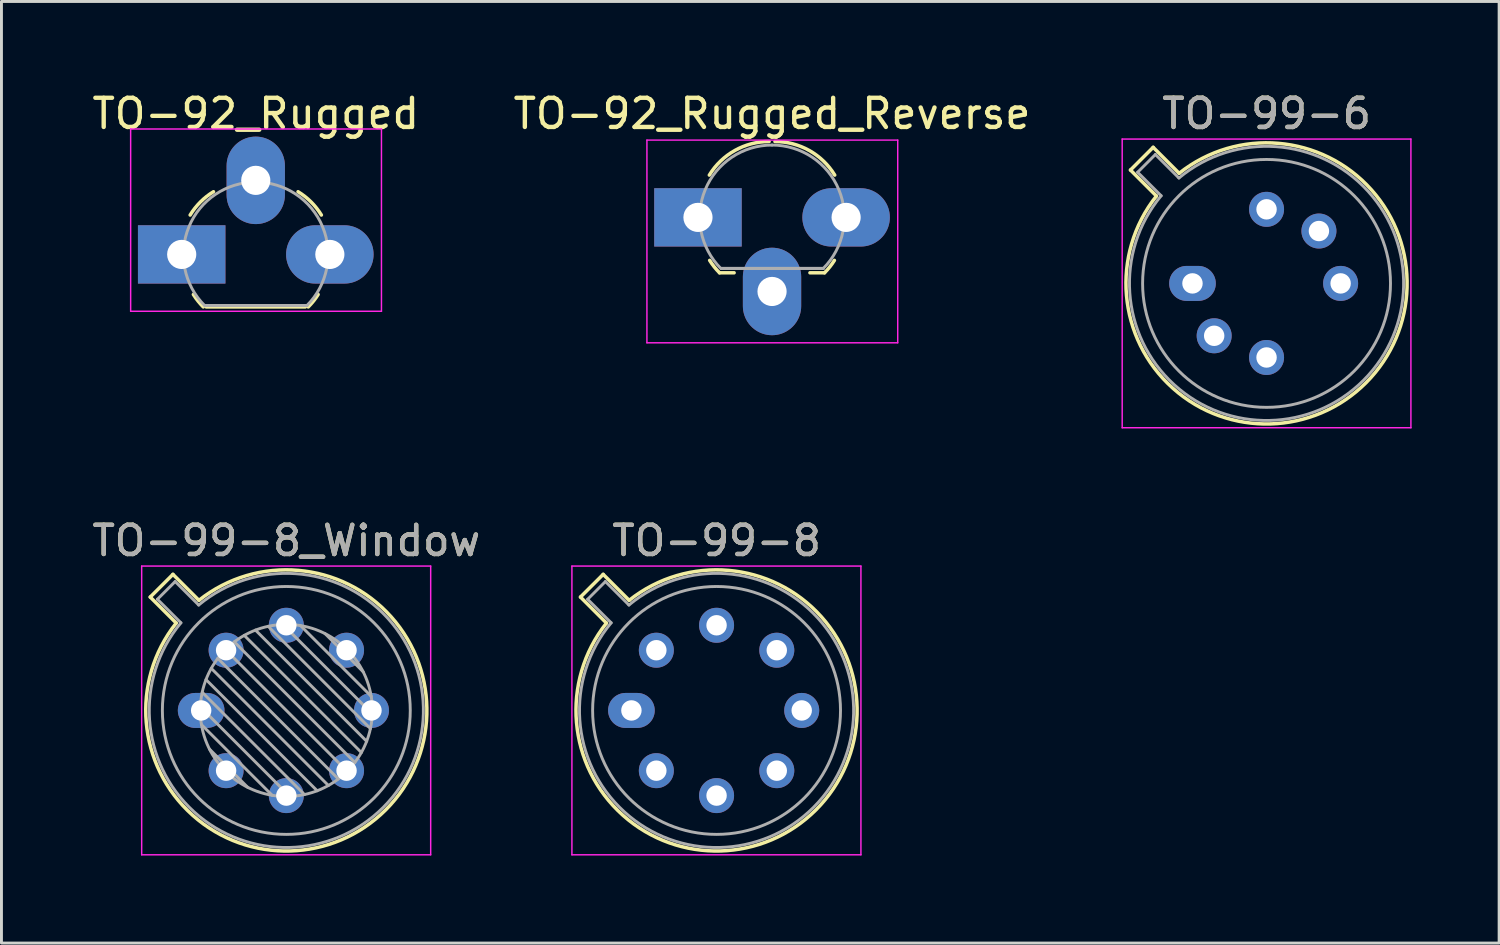
<source format=kicad_pcb>
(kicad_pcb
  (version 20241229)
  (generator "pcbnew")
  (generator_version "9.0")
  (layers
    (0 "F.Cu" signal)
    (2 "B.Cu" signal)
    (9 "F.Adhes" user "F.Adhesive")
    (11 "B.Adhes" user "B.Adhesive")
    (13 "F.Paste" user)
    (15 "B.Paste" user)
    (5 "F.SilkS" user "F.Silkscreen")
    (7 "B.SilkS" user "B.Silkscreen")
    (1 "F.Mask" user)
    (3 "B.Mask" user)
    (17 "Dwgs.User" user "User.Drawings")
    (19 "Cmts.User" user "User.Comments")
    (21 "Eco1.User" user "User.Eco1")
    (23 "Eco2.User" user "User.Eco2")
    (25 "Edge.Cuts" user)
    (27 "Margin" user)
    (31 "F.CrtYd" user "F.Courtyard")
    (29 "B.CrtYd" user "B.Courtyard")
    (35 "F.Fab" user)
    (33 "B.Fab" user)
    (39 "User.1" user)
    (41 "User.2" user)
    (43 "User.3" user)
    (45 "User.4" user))
  (footprint "TO-99-8_Window"
    (layer "F.Cu")
    (at 3.848 21.311)
    (property "Reference" "TO-99-8_Window" (at 2.92 -5.82 0) (layer "F.SilkS") (effects (font (size 1 1) (thickness 0.15))))
    (attr through_hole)
    (fp_line (start -1.746 -3.888) (end -0.855 -2.997) (stroke (width 0.12) (type solid)) (layer "F.SilkS"))
    (fp_line (start -0.968 -4.666) (end -1.746 -3.888) (stroke (width 0.12) (type solid)) (layer "F.SilkS"))
    (fp_line (start -0.077 -3.775) (end -0.968 -4.666) (stroke (width 0.12) (type solid)) (layer "F.SilkS"))
    (fp_arc (start -0.077084 -3.774902) (mid 6.328125 3.408384) (end -0.854674 -2.997371) (stroke (width 0.12) (type solid)) (layer "F.SilkS"))
    (fp_line (start -2.04 -4.95) (end -2.04 4.95) (stroke (width 0.05) (type solid)) (layer "F.CrtYd"))
    (fp_line (start -2.04 4.95) (end 7.87 4.95) (stroke (width 0.05) (type solid)) (layer "F.CrtYd"))
    (fp_line (start 7.87 -4.95) (end -2.04 -4.95) (stroke (width 0.05) (type solid)) (layer "F.CrtYd"))
    (fp_line (start 7.87 4.95) (end 7.87 -4.95) (stroke (width 0.05) (type solid)) (layer "F.CrtYd"))
    (fp_line (start -1.5 -3.812) (end -0.694 -3.005) (stroke (width 0.1) (type solid)) (layer "F.Fab"))
    (fp_line (start -0.892 -4.42) (end -1.5 -3.812) (stroke (width 0.1) (type solid)) (layer "F.Fab"))
    (fp_line (start -0.085 -3.614) (end -0.892 -4.42) (stroke (width 0.1) (type solid)) (layer "F.Fab"))
    (fp_line (start -0.028 -0.12) (end 3.04 2.948) (stroke (width 0.1) (type solid)) (layer "F.Fab"))
    (fp_line (start 0.009 0.485) (end 2.435 2.911) (stroke (width 0.1) (type solid)) (layer "F.Fab"))
    (fp_line (start 0.036 -0.622) (end 3.542 2.884) (stroke (width 0.1) (type solid)) (layer "F.Fab"))
    (fp_line (start 0.165 -1.058) (end 3.978 2.755) (stroke (width 0.1) (type solid)) (layer "F.Fab"))
    (fp_line (start 0.283 1.324) (end 1.596 2.637) (stroke (width 0.1) (type solid)) (layer "F.Fab"))
    (fp_line (start 0.346 -1.443) (end 4.363 2.574) (stroke (width 0.1) (type solid)) (layer "F.Fab"))
    (fp_line (start 0.57 -1.784) (end 4.704 2.35) (stroke (width 0.1) (type solid)) (layer "F.Fab"))
    (fp_line (start 0.834 -2.086) (end 5.006 2.086) (stroke (width 0.1) (type solid)) (layer "F.Fab"))
    (fp_line (start 1.136 -2.35) (end 5.27 1.784) (stroke (width 0.1) (type solid)) (layer "F.Fab"))
    (fp_line (start 1.477 -2.574) (end 5.494 1.443) (stroke (width 0.1) (type solid)) (layer "F.Fab"))
    (fp_line (start 1.862 -2.755) (end 5.675 1.058) (stroke (width 0.1) (type solid)) (layer "F.Fab"))
    (fp_line (start 2.298 -2.884) (end 5.804 0.622) (stroke (width 0.1) (type solid)) (layer "F.Fab"))
    (fp_line (start 2.8 -2.948) (end 5.868 0.12) (stroke (width 0.1) (type solid)) (layer "F.Fab"))
    (fp_line (start 3.405 -2.911) (end 5.831 -0.485) (stroke (width 0.1) (type solid)) (layer "F.Fab"))
    (fp_line (start 4.244 -2.637) (end 5.557 -1.324) (stroke (width 0.1) (type solid)) (layer "F.Fab"))
    (fp_arc (start -0.085408 -3.61352) (mid 6.243443 3.323361) (end -0.693594 -3.005319) (stroke (width 0.1) (type solid)) (layer "F.Fab"))
    (fp_circle (center 2.92 0) (end 5.87 0) (stroke (width 0.1) (type solid)) (fill no) (layer "F.Fab"))
    (fp_circle (center 2.92 0) (end 7.17 0) (stroke (width 0.1) (type solid)) (fill no) (layer "F.Fab"))
    (fp_text user "${REFERENCE}" (at 2.92 -5.82 0) (layer "F.Fab") (effects (font (size 1 1) (thickness 0.15))))
    (pad "1" thru_hole oval (at 0 0) (size 1.6 1.2) (drill 0.7) (layers "*.Cu" "*.Mask"))
    (pad "2" thru_hole oval (at 0.855 2.065) (size 1.2 1.2) (drill 0.7) (layers "*.Cu" "*.Mask"))
    (pad "3" thru_hole oval (at 2.92 2.92) (size 1.2 1.2) (drill 0.7) (layers "*.Cu" "*.Mask"))
    (pad "4" thru_hole oval (at 4.985 2.065) (size 1.2 1.2) (drill 0.7) (layers "*.Cu" "*.Mask"))
    (pad "5" thru_hole oval (at 5.84 0) (size 1.2 1.2) (drill 0.7) (layers "*.Cu" "*.Mask"))
    (pad "6" thru_hole oval (at 4.985 -2.065) (size 1.2 1.2) (drill 0.7) (layers "*.Cu" "*.Mask"))
    (pad "7" thru_hole oval (at 2.92 -2.92) (size 1.2 1.2) (drill 0.7) (layers "*.Cu" "*.Mask"))
    (pad "8" thru_hole oval (at 0.855 -2.065) (size 1.2 1.2) (drill 0.7) (layers "*.Cu" "*.Mask")))
  (footprint "TO-99-8"
    (layer "F.Cu")
    (at 18.601 21.311)
    (property "Reference" "TO-99-8" (at 2.92 -5.82 0) (layer "F.SilkS") (effects (font (size 1 1) (thickness 0.15))))
    (attr through_hole)
    (fp_line (start -1.746 -3.888) (end -0.855 -2.997) (stroke (width 0.12) (type solid)) (layer "F.SilkS"))
    (fp_line (start -0.968 -4.666) (end -1.746 -3.888) (stroke (width 0.12) (type solid)) (layer "F.SilkS"))
    (fp_line (start -0.077 -3.775) (end -0.968 -4.666) (stroke (width 0.12) (type solid)) (layer "F.SilkS"))
    (fp_arc (start -0.077084 -3.774902) (mid 6.328125 3.408384) (end -0.854674 -2.997371) (stroke (width 0.12) (type solid)) (layer "F.SilkS"))
    (fp_line (start -2.04 -4.95) (end -2.04 4.95) (stroke (width 0.05) (type solid)) (layer "F.CrtYd"))
    (fp_line (start -2.04 4.95) (end 7.87 4.95) (stroke (width 0.05) (type solid)) (layer "F.CrtYd"))
    (fp_line (start 7.87 -4.95) (end -2.04 -4.95) (stroke (width 0.05) (type solid)) (layer "F.CrtYd"))
    (fp_line (start 7.87 4.95) (end 7.87 -4.95) (stroke (width 0.05) (type solid)) (layer "F.CrtYd"))
    (fp_line (start -1.5 -3.812) (end -0.694 -3.005) (stroke (width 0.1) (type solid)) (layer "F.Fab"))
    (fp_line (start -0.892 -4.42) (end -1.5 -3.812) (stroke (width 0.1) (type solid)) (layer "F.Fab"))
    (fp_line (start -0.085 -3.614) (end -0.892 -4.42) (stroke (width 0.1) (type solid)) (layer "F.Fab"))
    (fp_arc (start -0.085408 -3.61352) (mid 6.243443 3.323361) (end -0.693594 -3.005319) (stroke (width 0.1) (type solid)) (layer "F.Fab"))
    (fp_circle (center 2.92 0) (end 7.17 0) (stroke (width 0.1) (type solid)) (fill no) (layer "F.Fab"))
    (fp_text user "${REFERENCE}" (at 2.92 -5.82 0) (layer "F.Fab") (effects (font (size 1 1) (thickness 0.15))))
    (pad "1" thru_hole oval (at 0 0) (size 1.6 1.2) (drill 0.7) (layers "*.Cu" "*.Mask"))
    (pad "2" thru_hole oval (at 0.855 2.065) (size 1.2 1.2) (drill 0.7) (layers "*.Cu" "*.Mask"))
    (pad "3" thru_hole oval (at 2.92 2.92) (size 1.2 1.2) (drill 0.7) (layers "*.Cu" "*.Mask"))
    (pad "4" thru_hole oval (at 4.985 2.065) (size 1.2 1.2) (drill 0.7) (layers "*.Cu" "*.Mask"))
    (pad "5" thru_hole oval (at 5.84 0) (size 1.2 1.2) (drill 0.7) (layers "*.Cu" "*.Mask"))
    (pad "6" thru_hole oval (at 4.985 -2.065) (size 1.2 1.2) (drill 0.7) (layers "*.Cu" "*.Mask"))
    (pad "7" thru_hole oval (at 2.92 -2.92) (size 1.2 1.2) (drill 0.7) (layers "*.Cu" "*.Mask"))
    (pad "8" thru_hole oval (at 0.855 -2.065) (size 1.2 1.2) (drill 0.7) (layers "*.Cu" "*.Mask")))
  (footprint "TO-99-6"
    (layer "F.Cu")
    (at 37.84 6.668)
    (property "Reference" "TO-99-6" (at 2.54 -5.82 0) (layer "F.SilkS") (effects (font (size 1 1) (thickness 0.15))))
    (attr through_hole)
    (fp_line (start -2.126 -3.888) (end -1.235 -2.997) (stroke (width 0.12) (type solid)) (layer "F.SilkS"))
    (fp_line (start -1.348 -4.666) (end -2.126 -3.888) (stroke (width 0.12) (type solid)) (layer "F.SilkS"))
    (fp_line (start -0.457 -3.775) (end -1.348 -4.666) (stroke (width 0.12) (type solid)) (layer "F.SilkS"))
    (fp_arc (start -0.457084 -3.774902) (mid 5.948125 3.408384) (end -1.234674 -2.997371) (stroke (width 0.12) (type solid)) (layer "F.SilkS"))
    (fp_line (start -2.41 -4.95) (end -2.41 4.95) (stroke (width 0.05) (type solid)) (layer "F.CrtYd"))
    (fp_line (start -2.41 4.95) (end 7.49 4.95) (stroke (width 0.05) (type solid)) (layer "F.CrtYd"))
    (fp_line (start 7.49 -4.95) (end -2.41 -4.95) (stroke (width 0.05) (type solid)) (layer "F.CrtYd"))
    (fp_line (start 7.49 4.95) (end 7.49 -4.95) (stroke (width 0.05) (type solid)) (layer "F.CrtYd"))
    (fp_line (start -1.88 -3.812) (end -1.074 -3.005) (stroke (width 0.1) (type solid)) (layer "F.Fab"))
    (fp_line (start -1.272 -4.42) (end -1.88 -3.812) (stroke (width 0.1) (type solid)) (layer "F.Fab"))
    (fp_line (start -0.465 -3.614) (end -1.272 -4.42) (stroke (width 0.1) (type solid)) (layer "F.Fab"))
    (fp_arc (start -0.465408 -3.61352) (mid 5.863443 3.323361) (end -1.073594 -3.005319) (stroke (width 0.1) (type solid)) (layer "F.Fab"))
    (fp_circle (center 2.54 0) (end 6.79 0) (stroke (width 0.1) (type solid)) (fill no) (layer "F.Fab"))
    (fp_text user "${REFERENCE}" (at 2.54 -5.82 0) (layer "F.Fab") (effects (font (size 1 1) (thickness 0.15))))
    (pad "1" thru_hole oval (at 0 0) (size 1.6 1.2) (drill 0.7) (layers "*.Cu" "*.Mask"))
    (pad "2" thru_hole oval (at 0.744 1.796) (size 1.2 1.2) (drill 0.7) (layers "*.Cu" "*.Mask"))
    (pad "3" thru_hole oval (at 2.54 2.54) (size 1.2 1.2) (drill 0.7) (layers "*.Cu" "*.Mask"))
    (pad "4" thru_hole oval (at 5.08 0) (size 1.2 1.2) (drill 0.7) (layers "*.Cu" "*.Mask"))
    (pad "5" thru_hole oval (at 4.336 -1.796) (size 1.2 1.2) (drill 0.7) (layers "*.Cu" "*.Mask"))
    (pad "6" thru_hole oval (at 2.54 -2.54) (size 1.2 1.2) (drill 0.7) (layers "*.Cu" "*.Mask")))
  (footprint "TO-92_Rugged"
    (layer "F.Cu")
    (at 3.18 5.674)
    (property "Reference" "TO-92_Rugged" (at 2.54 -4.826 0) (layer "F.SilkS") (effects (font (size 1 1) (thickness 0.15))))
    (attr through_hole)
    (fp_line (start 0.84 1.8) (end 4.24 1.8) (stroke (width 0.12) (type solid)) (layer "F.SilkS"))
    (fp_arc (start 0.29 -1.35) (mid 0.642207 -1.797793) (end 1.09 -2.15) (stroke (width 0.12) (type solid)) (layer "F.SilkS"))
    (fp_arc (start 0.74 1.8) (mid 0.558552 1.596715) (end 0.401273 1.374203) (stroke (width 0.12) (type solid)) (layer "F.SilkS"))
    (fp_arc (start 3.99 -2.15) (mid 4.437793 -1.797793) (end 4.79 -1.35) (stroke (width 0.12) (type solid)) (layer "F.SilkS"))
    (fp_arc (start 4.678727 1.374203) (mid 4.521448 1.596715) (end 4.34 1.8) (stroke (width 0.12) (type solid)) (layer "F.SilkS"))
    (fp_line (start -1.75 -4.3) (end 6.85 -4.3) (stroke (width 0.05) (type solid)) (layer "F.CrtYd"))
    (fp_line (start -1.75 1.95) (end -1.75 -4.3) (stroke (width 0.05) (type solid)) (layer "F.CrtYd"))
    (fp_line (start -1.75 1.95) (end 6.85 1.95) (stroke (width 0.05) (type solid)) (layer "F.CrtYd"))
    (fp_line (start 6.85 1.95) (end 6.85 -4.3) (stroke (width 0.05) (type solid)) (layer "F.CrtYd"))
    (fp_line (start 0.8 1.75) (end 4.3 1.75) (stroke (width 0.1) (type solid)) (layer "F.Fab"))
    (fp_line (start 0.8 1.75) (end 4.3 1.75) (stroke (width 0.1) (type solid)) (layer "F.Fab"))
    (fp_arc (start 0.786375 1.753625) (mid 0.248779 -0.949055) (end 2.54 -2.48) (stroke (width 0.1) (type solid)) (layer "F.Fab"))
    (fp_arc (start 2.54 -2.48) (mid 4.831221 -0.949055) (end 4.293625 1.753625) (stroke (width 0.1) (type solid)) (layer "F.Fab"))
    (pad "1" thru_hole rect (at 0 0 90) (size 2 3) (drill 1) (layers "*.Cu" "*.Mask"))
    (pad "2" thru_hole oval (at 2.54 -2.54 90) (size 3 2) (drill 1) (layers "*.Cu" "*.Mask"))
    (pad "3" thru_hole oval (at 5.08 0 90) (size 2 3) (drill 1) (layers "*.Cu" "*.Mask")))
  (footprint "TO-92_Rugged_Reverse"
    (layer "F.Cu")
    (at 20.883 4.404)
    (property "Reference" "TO-92_Rugged_Reverse" (at 2.54 -3.556 0) (layer "F.SilkS") (effects (font (size 1 1) (thickness 0.15))))
    (attr through_hole)
    (fp_line (start 0.74 1.9) (end 1.24 1.9) (stroke (width 0.12) (type solid)) (layer "F.SilkS"))
    (fp_line (start 3.84 1.9) (end 4.34 1.9) (stroke (width 0.12) (type solid)) (layer "F.SilkS"))
    (fp_arc (start 0.39 -1.45) (mid 1.264479 -2.293598) (end 2.44 -2.601041) (stroke (width 0.12) (type solid)) (layer "F.SilkS"))
    (fp_arc (start 0.74 1.9) (mid 0.558552 1.696715) (end 0.401273 1.474203) (stroke (width 0.12) (type solid)) (layer "F.SilkS"))
    (fp_arc (start 2.64 -2.601041) (mid 3.815521 -2.293597) (end 4.69 -1.45) (stroke (width 0.12) (type solid)) (layer "F.SilkS"))
    (fp_arc (start 4.678727 1.474203) (mid 4.521448 1.696715) (end 4.34 1.9) (stroke (width 0.12) (type solid)) (layer "F.SilkS"))
    (fp_line (start -1.75 -2.65) (end 6.85 -2.65) (stroke (width 0.05) (type solid)) (layer "F.CrtYd"))
    (fp_line (start -1.75 4.3) (end -1.75 -2.65) (stroke (width 0.05) (type solid)) (layer "F.CrtYd"))
    (fp_line (start -1.75 4.3) (end 6.85 4.3) (stroke (width 0.05) (type solid)) (layer "F.CrtYd"))
    (fp_line (start 6.85 4.3) (end 6.85 -2.65) (stroke (width 0.05) (type solid)) (layer "F.CrtYd"))
    (fp_line (start 0.8 1.75) (end 4.3 1.75) (stroke (width 0.1) (type solid)) (layer "F.Fab"))
    (fp_line (start 0.8 1.75) (end 4.3 1.75) (stroke (width 0.1) (type solid)) (layer "F.Fab"))
    (fp_arc (start 0.786375 1.753625) (mid 0.248779 -0.949055) (end 2.54 -2.48) (stroke (width 0.1) (type solid)) (layer "F.Fab"))
    (fp_arc (start 2.54 -2.48) (mid 4.831221 -0.949055) (end 4.293625 1.753625) (stroke (width 0.1) (type solid)) (layer "F.Fab"))
    (pad "1" thru_hole rect (at 0 0 90) (size 2 3) (drill 1) (layers "*.Cu" "*.Mask"))
    (pad "2" thru_hole oval (at 2.54 2.54 90) (size 3 2) (drill 1) (layers "*.Cu" "*.Mask"))
    (pad "3" thru_hole oval (at 5.08 0 90) (size 2 3) (drill 1) (layers "*.Cu" "*.Mask")))
  (gr_rect
    (start -3 -3)
    (end 48.355 29.287)
    (stroke (width 0.1) (type default))
    (fill no)
    (layer "Edge.Cuts")))
</source>
